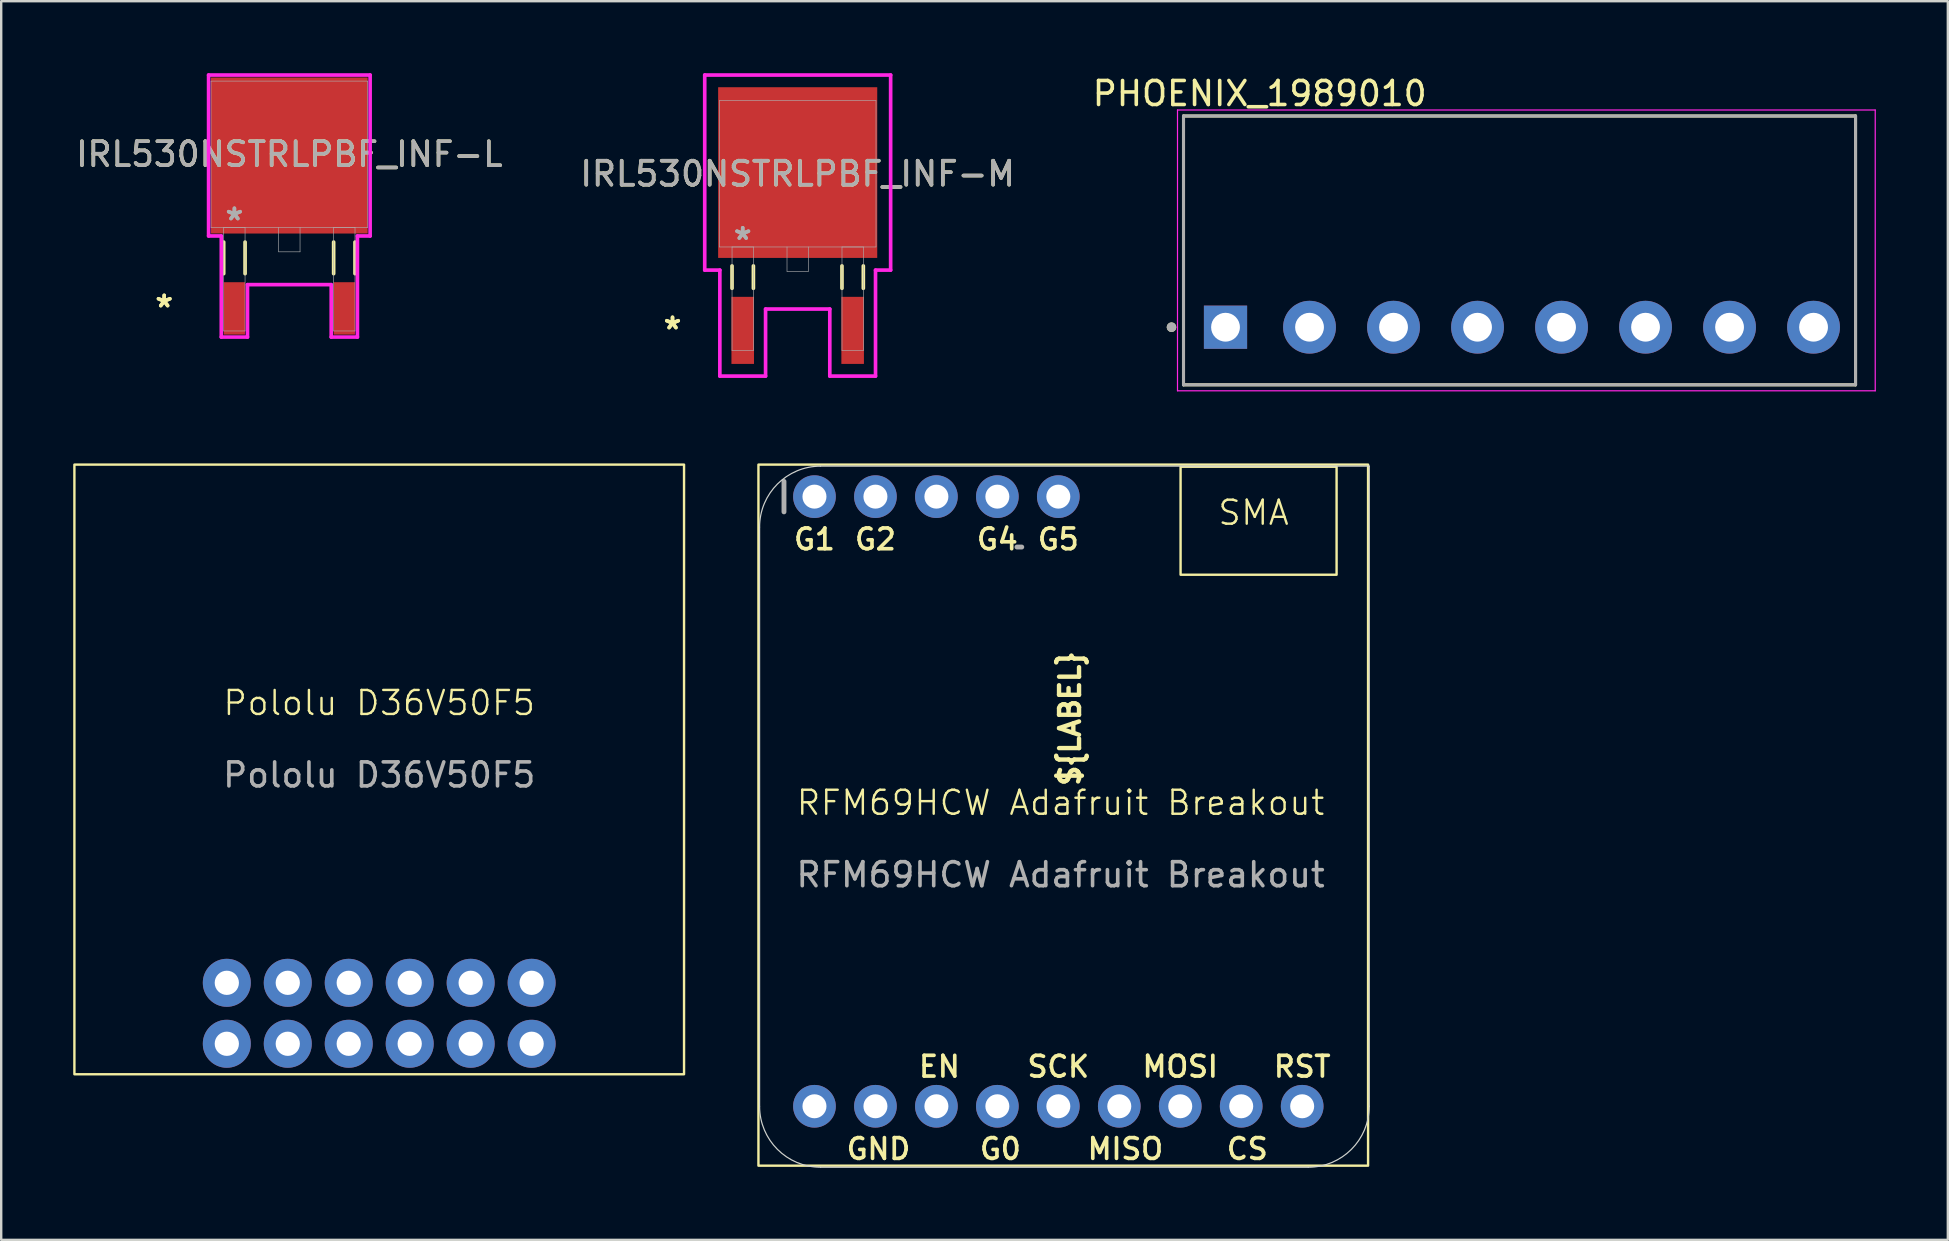
<source format=kicad_pcb>
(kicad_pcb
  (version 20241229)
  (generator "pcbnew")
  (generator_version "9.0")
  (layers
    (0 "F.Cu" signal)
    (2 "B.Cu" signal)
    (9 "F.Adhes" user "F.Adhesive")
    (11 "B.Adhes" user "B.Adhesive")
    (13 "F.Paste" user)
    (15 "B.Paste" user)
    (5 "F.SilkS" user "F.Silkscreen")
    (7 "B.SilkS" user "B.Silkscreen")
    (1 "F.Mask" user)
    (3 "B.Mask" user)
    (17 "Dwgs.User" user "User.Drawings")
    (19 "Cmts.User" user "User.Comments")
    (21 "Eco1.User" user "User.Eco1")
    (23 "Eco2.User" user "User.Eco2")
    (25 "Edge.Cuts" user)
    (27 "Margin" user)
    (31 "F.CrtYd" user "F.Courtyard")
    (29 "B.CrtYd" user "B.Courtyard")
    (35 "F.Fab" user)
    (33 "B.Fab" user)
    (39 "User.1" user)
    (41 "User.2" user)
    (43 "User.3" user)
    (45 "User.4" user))
  (footprint "PHOENIX_1989010"
    (layer "F.Cu")
    (at 46.26 12.983)
    (property "Reference" "PHOENIX_1989010" (at 3.175 -12.135 0) (layer "F.SilkS") (effects (font (size 1 1) (thickness 0.15))))
    (attr through_hole)
    (fp_line (start 0 -11.2) (end 0 0) (stroke (width 0.127) (type solid)) (layer "F.SilkS"))
    (fp_line (start 0 0) (end 28 0) (stroke (width 0.127) (type solid)) (layer "F.SilkS"))
    (fp_line (start 28 -11.2) (end 0 -11.2) (stroke (width 0.127) (type solid)) (layer "F.SilkS"))
    (fp_line (start 28 0) (end 28 -11.2) (stroke (width 0.127) (type solid)) (layer "F.SilkS"))
    (fp_circle (center -0.5 -2.4) (end -0.4 -2.4) (stroke (width 0.2) (type solid)) (fill no) (layer "F.SilkS"))
    (fp_line (start -0.25 -11.45) (end 28.82 -11.45) (stroke (width 0.05) (type solid)) (layer "F.CrtYd"))
    (fp_line (start -0.25 0.25) (end -0.25 -11.45) (stroke (width 0.05) (type solid)) (layer "F.CrtYd"))
    (fp_line (start 28.82 -11.45) (end 28.82 0.25) (stroke (width 0.05) (type solid)) (layer "F.CrtYd"))
    (fp_line (start 28.82 0.25) (end -0.25 0.25) (stroke (width 0.05) (type solid)) (layer "F.CrtYd"))
    (fp_line (start 0 -11.2) (end 0 0) (stroke (width 0.127) (type solid)) (layer "F.Fab"))
    (fp_line (start 0 0) (end 28 0) (stroke (width 0.127) (type solid)) (layer "F.Fab"))
    (fp_line (start 28 -11.2) (end 0 -11.2) (stroke (width 0.127) (type solid)) (layer "F.Fab"))
    (fp_line (start 28 0) (end 28 -11.2) (stroke (width 0.127) (type solid)) (layer "F.Fab"))
    (fp_circle (center -0.5 -2.4) (end -0.4 -2.4) (stroke (width 0.2) (type solid)) (fill no) (layer "F.Fab"))
    (pad "1" thru_hole rect (at 1.75 -2.4) (size 1.8 1.8) (drill 1.2) (layers "*.Cu" "*.Mask"))
    (pad "2" thru_hole circle (at 5.25 -2.4) (size 2.2 2.2) (drill 1.2) (layers "*.Cu" "*.Mask"))
    (pad "3" thru_hole circle (at 8.75 -2.4) (size 2.2 2.2) (drill 1.2) (layers "*.Cu" "*.Mask"))
    (pad "4" thru_hole circle (at 12.25 -2.4) (size 2.2 2.2) (drill 1.2) (layers "*.Cu" "*.Mask"))
    (pad "5" thru_hole circle (at 15.75 -2.4) (size 2.2 2.2) (drill 1.2) (layers "*.Cu" "*.Mask"))
    (pad "6" thru_hole circle (at 19.25 -2.4) (size 2.2 2.2) (drill 1.2) (layers "*.Cu" "*.Mask"))
    (pad "7" thru_hole circle (at 22.75 -2.4) (size 2.2 2.2) (drill 1.2) (layers "*.Cu" "*.Mask"))
    (pad "8" thru_hole circle (at 26.25 -2.4) (size 2.2 2.2) (drill 1.2) (layers "*.Cu" "*.Mask")))
  (footprint "IRL530NSTRLPBF_INF-M"
    (layer "F.Cu")
    (at 30.185 4.191)
    (property "Reference" "IRL530NSTRLPBF_INF-M" (at 0 0 0) (unlocked yes) (layer "F.SilkS") (effects (font (size 1 1) (thickness 0.15))))
    (attr smd)
    (fp_line (start -2.735 3.838) (end -2.735 4.771) (stroke (width 0.152) (type solid)) (layer "F.SilkS"))
    (fp_line (start -1.845 3.838) (end -1.845 4.771) (stroke (width 0.152) (type solid)) (layer "F.SilkS"))
    (fp_line (start 1.845 3.838) (end 1.845 4.771) (stroke (width 0.152) (type solid)) (layer "F.SilkS"))
    (fp_line (start 2.735 3.838) (end 2.735 4.771) (stroke (width 0.152) (type solid)) (layer "F.SilkS"))
    (fp_line (start -3.873 -4.115) (end 3.873 -4.115) (stroke (width 0.152) (type solid)) (layer "F.CrtYd"))
    (fp_line (start -3.873 4.013) (end -3.873 -4.115) (stroke (width 0.152) (type solid)) (layer "F.CrtYd"))
    (fp_line (start -3.243 4.013) (end -3.873 4.013) (stroke (width 0.152) (type solid)) (layer "F.CrtYd"))
    (fp_line (start -3.243 8.429) (end -3.243 4.013) (stroke (width 0.152) (type solid)) (layer "F.CrtYd"))
    (fp_line (start -1.338 5.635) (end -1.338 8.429) (stroke (width 0.152) (type solid)) (layer "F.CrtYd"))
    (fp_line (start -1.338 8.429) (end -3.243 8.429) (stroke (width 0.152) (type solid)) (layer "F.CrtYd"))
    (fp_line (start 1.338 5.635) (end -1.338 5.635) (stroke (width 0.152) (type solid)) (layer "F.CrtYd"))
    (fp_line (start 1.338 8.429) (end 1.338 5.635) (stroke (width 0.152) (type solid)) (layer "F.CrtYd"))
    (fp_line (start 3.243 4.013) (end 3.243 8.429) (stroke (width 0.152) (type solid)) (layer "F.CrtYd"))
    (fp_line (start 3.243 8.429) (end 1.338 8.429) (stroke (width 0.152) (type solid)) (layer "F.CrtYd"))
    (fp_line (start 3.873 -4.115) (end 3.873 4.013) (stroke (width 0.152) (type solid)) (layer "F.CrtYd"))
    (fp_line (start 3.873 4.013) (end 3.243 4.013) (stroke (width 0.152) (type solid)) (layer "F.CrtYd"))
    (fp_line (start -3.264 -3.048) (end -3.264 3.048) (stroke (width 0.025) (type solid)) (layer "F.Fab"))
    (fp_line (start -3.264 3.048) (end 3.264 3.048) (stroke (width 0.025) (type solid)) (layer "F.Fab"))
    (fp_line (start -2.735 3.048) (end -2.735 7.362) (stroke (width 0.025) (type solid)) (layer "F.Fab"))
    (fp_line (start -2.735 7.362) (end -1.846 7.362) (stroke (width 0.025) (type solid)) (layer "F.Fab"))
    (fp_line (start -1.846 3.048) (end -2.735 3.048) (stroke (width 0.025) (type solid)) (layer "F.Fab"))
    (fp_line (start -1.846 7.362) (end -1.846 3.048) (stroke (width 0.025) (type solid)) (layer "F.Fab"))
    (fp_line (start -0.445 3.048) (end -0.445 4.064) (stroke (width 0.025) (type solid)) (layer "F.Fab"))
    (fp_line (start -0.445 4.064) (end 0.445 4.064) (stroke (width 0.025) (type solid)) (layer "F.Fab"))
    (fp_line (start 0.445 4.064) (end 0.445 3.048) (stroke (width 0.025) (type solid)) (layer "F.Fab"))
    (fp_line (start 1.846 3.048) (end 1.846 7.362) (stroke (width 0.025) (type solid)) (layer "F.Fab"))
    (fp_line (start 1.846 7.362) (end 2.735 7.362) (stroke (width 0.025) (type solid)) (layer "F.Fab"))
    (fp_line (start 2.735 3.048) (end 1.846 3.048) (stroke (width 0.025) (type solid)) (layer "F.Fab"))
    (fp_line (start 2.735 7.362) (end 2.735 3.048) (stroke (width 0.025) (type solid)) (layer "F.Fab"))
    (fp_line (start 3.264 -3.048) (end -3.264 -3.048) (stroke (width 0.025) (type solid)) (layer "F.Fab"))
    (fp_line (start 3.264 3.048) (end 3.264 -3.048) (stroke (width 0.025) (type solid)) (layer "F.Fab"))
    (fp_text user "*" (at -5.215 6.524 0) (layer "F.SilkS") (effects (font (size 1 1) (thickness 0.15))))
    (fp_text user "*" (at -5.215 6.524 0) (unlocked yes) (layer "F.SilkS") (effects (font (size 1 1) (thickness 0.15))))
    (fp_text user "*" (at -2.29 2.794 0) (layer "F.Fab") (effects (font (size 1 1) (thickness 0.15))))
    (fp_text user "${REFERENCE}" (at 0 0 0) (unlocked yes) (layer "F.Fab") (effects (font (size 1 1) (thickness 0.15))))
    (fp_text user "*" (at -2.29 2.794 0) (unlocked yes) (layer "F.Fab") (effects (font (size 1 1) (thickness 0.15))))
    (pad "1" smd rect (at -2.29 6.524) (size 0.94 2.794) (layers "F.Cu" "F.Mask" "F.Paste"))
    (pad "2" smd rect (at 0 -0.051) (size 6.629 7.112) (layers "F.Cu" "F.Mask" "F.Paste"))
    (pad "3" smd rect (at 2.29 6.524) (size 0.94 2.794) (layers "F.Cu" "F.Mask" "F.Paste")))
  (footprint "RFM69HCW Adafruit Breakout"
    (layer "F.Cu")
    (at 41.138 30.896)
    (property "Reference" "RFM69HCW Adafruit Breakout" (at 0 -0.5 0) (unlocked yes) (layer "F.SilkS") (effects (font (size 1 1) (thickness 0.1))))
    (attr through_hole)
    (fp_rect (start -12.588 14.622) (end 12.812 -14.588) (stroke (width 0.1) (type default)) (fill no) (layer "F.SilkS"))
    (fp_rect (start 5 -14.5) (end 11.5 -10) (stroke (width 0.1) (type default)) (fill no) (layer "F.SilkS"))
    (fp_line (start -12.54 12.146) (end -12.54 -11.984) (stroke (width 0.05) (type solid)) (layer "Edge.Cuts"))
    (fp_line (start -10 -14.524) (end 12.86 -14.524) (stroke (width 0.05) (type solid)) (layer "Edge.Cuts"))
    (fp_line (start 10.32 14.686) (end -10 14.686) (stroke (width 0.05) (type solid)) (layer "Edge.Cuts"))
    (fp_line (start 12.86 -14.524) (end 12.86 12.146) (stroke (width 0.05) (type solid)) (layer "Edge.Cuts"))
    (fp_arc (start -12.54 -11.984) (mid -11.796051 -13.780051) (end -10 -14.524) (stroke (width 0.05) (type solid)) (layer "Edge.Cuts"))
    (fp_arc (start -10 14.686) (mid -11.796051 13.942051) (end -12.54 12.146) (stroke (width 0.05) (type solid)) (layer "Edge.Cuts"))
    (fp_arc (start 12.86 12.146) (mid 12.116051 13.942051) (end 10.32 14.686) (stroke (width 0.05) (type solid)) (layer "Edge.Cuts"))
    (fp_line (start -11.524 -13.889) (end -11.524 -12.619) (stroke (width 0.203) (type solid)) (layer "F.Fab"))
    (fp_line (start -1.617 -11.154) (end -1.817 -11.154) (stroke (width 0.203) (type solid)) (layer "F.Fab"))
    (fp_poly (pts (xy -10.508 -13) (xy -10 -13) (xy -10 -13.508) (xy -10.508 -13.508)) (stroke (width 0.1) (type default)) (fill no) (layer "F.Fab"))
    (fp_poly (pts (xy -10.508 -13) (xy -10 -13) (xy -10 -13.508) (xy -10.508 -13.508)) (stroke (width 0.1) (type default)) (fill no) (layer "F.Fab"))
    (fp_poly (pts (xy -7.968 -13) (xy -7.46 -13) (xy -7.46 -13.508) (xy -7.968 -13.508)) (stroke (width 0.1) (type default)) (fill no) (layer "F.Fab"))
    (fp_poly (pts (xy -7.968 -13) (xy -7.46 -13) (xy -7.46 -13.508) (xy -7.968 -13.508)) (stroke (width 0.1) (type default)) (fill no) (layer "F.Fab"))
    (fp_poly (pts (xy -5.428 -13) (xy -4.92 -13) (xy -4.92 -13.508) (xy -5.428 -13.508)) (stroke (width 0.1) (type default)) (fill no) (layer "F.Fab"))
    (fp_poly (pts (xy -5.428 -13) (xy -4.92 -13) (xy -4.92 -13.508) (xy -5.428 -13.508)) (stroke (width 0.1) (type default)) (fill no) (layer "F.Fab"))
    (fp_poly (pts (xy -5.428 -13) (xy -4.92 -13) (xy -4.92 -13.508) (xy -5.428 -13.508)) (stroke (width 0.1) (type default)) (fill no) (layer "F.Fab"))
    (fp_poly (pts (xy -2.888 -13) (xy -2.38 -13) (xy -2.38 -13.508) (xy -2.888 -13.508)) (stroke (width 0.1) (type default)) (fill no) (layer "F.Fab"))
    (fp_poly (pts (xy -2.888 -13) (xy -2.38 -13) (xy -2.38 -13.508) (xy -2.888 -13.508)) (stroke (width 0.1) (type default)) (fill no) (layer "F.Fab"))
    (fp_poly (pts (xy -0.348 -13) (xy 0.16 -13) (xy 0.16 -13.508) (xy -0.348 -13.508)) (stroke (width 0.1) (type default)) (fill no) (layer "F.Fab"))
    (fp_poly (pts (xy -0.348 -13) (xy 0.16 -13) (xy 0.16 -13.508) (xy -0.348 -13.508)) (stroke (width 0.1) (type default)) (fill no) (layer "F.Fab"))
    (fp_text user "EN" (at -5.047 10.495 0) (unlocked yes) (layer "F.SilkS") (effects (font (size 0.864 0.864) (thickness 0.152))))
    (fp_text user "SMA" (at 6.5 -12 0) (unlocked yes) (layer "F.SilkS") (effects (font (size 1 1) (thickness 0.1)) (justify left bottom)))
    (fp_text user "RST" (at 10.066 10.495 0) (unlocked yes) (layer "F.SilkS") (effects (font (size 0.864 0.864) (thickness 0.152))))
    (fp_text user "G0" (at -2.507 13.924 0) (unlocked yes) (layer "F.SilkS") (effects (font (size 0.864 0.864) (thickness 0.152))))
    (fp_text user "CS" (at 7.78 13.924 0) (unlocked yes) (layer "F.SilkS") (effects (font (size 0.864 0.864) (thickness 0.152))))
    (fp_text user "G5" (at -0.094 -11.476 0) (unlocked yes) (layer "F.SilkS") (effects (font (size 0.864 0.864) (thickness 0.152))))
    (fp_text user "G2" (at -7.714 -11.476 0) (unlocked yes) (layer "F.SilkS") (effects (font (size 0.864 0.864) (thickness 0.152))))
    (fp_text user "G4" (at -2.634 -11.476 0) (unlocked yes) (layer "F.SilkS") (effects (font (size 0.864 0.864) (thickness 0.152))))
    (fp_text user "G1" (at -10.254 -11.476 0) (unlocked yes) (layer "F.SilkS") (effects (font (size 0.864 0.864) (thickness 0.152))))
    (fp_text user "${LABEL}" (at -0.094 -6.904 90) (unlocked yes) (layer "F.SilkS") (effects (font (size 0.833 0.833) (thickness 0.183)) (justify right top)))
    (fp_text user "MOSI" (at 4.986 10.495 0) (unlocked yes) (layer "F.SilkS") (effects (font (size 0.864 0.864) (thickness 0.152))))
    (fp_text user "GND" (at -7.587 13.924 0) (unlocked yes) (layer "F.SilkS") (effects (font (size 0.864 0.864) (thickness 0.152))))
    (fp_text user "SCK" (at -0.094 10.495 0) (unlocked yes) (layer "F.SilkS") (effects (font (size 0.864 0.864) (thickness 0.152))))
    (fp_text user "MISO" (at 2.7 13.924 0) (unlocked yes) (layer "F.SilkS") (effects (font (size 0.864 0.864) (thickness 0.152))))
    (fp_text user "${REFERENCE}" (at 0 2.5 0) (unlocked yes) (layer "F.Fab") (effects (font (size 1 1) (thickness 0.15))))
    (pad "1" thru_hole circle (at -10.254 12.146 90) (size 1.778 1.778) (drill 1) (layers "*.Cu" "*.Mask"))
    (pad "2" thru_hole circle (at -7.714 12.146 90) (size 1.778 1.778) (drill 1) (layers "*.Cu" "*.Mask"))
    (pad "3" thru_hole circle (at -5.174 12.146 90) (size 1.778 1.778) (drill 1) (layers "*.Cu" "*.Mask"))
    (pad "4" thru_hole circle (at -2.634 12.146 90) (size 1.778 1.778) (drill 1) (layers "*.Cu" "*.Mask"))
    (pad "5" thru_hole circle (at -0.094 12.146 90) (size 1.778 1.778) (drill 1) (layers "*.Cu" "*.Mask"))
    (pad "6" thru_hole circle (at 2.446 12.146 90) (size 1.778 1.778) (drill 1) (layers "*.Cu" "*.Mask"))
    (pad "7" thru_hole circle (at 4.986 12.146 90) (size 1.778 1.778) (drill 1) (layers "*.Cu" "*.Mask"))
    (pad "8" thru_hole circle (at 7.526 12.146 90) (size 1.778 1.778) (drill 1) (layers "*.Cu" "*.Mask"))
    (pad "9" thru_hole circle (at 10.066 12.146 90) (size 1.778 1.778) (drill 1) (layers "*.Cu" "*.Mask"))
    (pad "10" thru_hole circle (at -10.254 -13.254 90) (size 1.778 1.778) (drill 1) (layers "*.Cu" "*.Mask"))
    (pad "11" thru_hole circle (at -7.714 -13.254 90) (size 1.778 1.778) (drill 1) (layers "*.Cu" "*.Mask"))
    (pad "12" thru_hole circle (at -5.174 -13.254 90) (size 1.778 1.778) (drill 1) (layers "*.Cu" "*.Mask"))
    (pad "13" thru_hole circle (at -2.634 -13.254 90) (size 1.778 1.778) (drill 1) (layers "*.Cu" "*.Mask"))
    (pad "14" thru_hole circle (at -0.094 -13.254 90) (size 1.778 1.778) (drill 1) (layers "*.Cu" "*.Mask")))
  (footprint "IRL530NSTRLPBF_INF-L"
    (layer "F.Cu")
    (at 9.006 3.378)
    (property "Reference" "IRL530NSTRLPBF_INF-L" (at 0 0 0) (unlocked yes) (layer "F.SilkS") (effects (font (size 1 1) (thickness 0.15))))
    (attr smd)
    (fp_line (start -2.735 3.658) (end -2.735 4.974) (stroke (width 0.152) (type solid)) (layer "F.SilkS"))
    (fp_line (start -1.845 3.658) (end -1.845 4.974) (stroke (width 0.152) (type solid)) (layer "F.SilkS"))
    (fp_line (start 1.845 3.658) (end 1.845 4.974) (stroke (width 0.152) (type solid)) (layer "F.SilkS"))
    (fp_line (start 2.735 3.658) (end 2.735 4.974) (stroke (width 0.152) (type solid)) (layer "F.SilkS"))
    (fp_line (start -3.365 -3.302) (end 3.365 -3.302) (stroke (width 0.152) (type solid)) (layer "F.CrtYd"))
    (fp_line (start -3.365 3.404) (end -3.365 -3.302) (stroke (width 0.152) (type solid)) (layer "F.CrtYd"))
    (fp_line (start -2.836 3.404) (end -3.365 3.404) (stroke (width 0.152) (type solid)) (layer "F.CrtYd"))
    (fp_line (start -2.836 7.616) (end -2.836 3.404) (stroke (width 0.152) (type solid)) (layer "F.CrtYd"))
    (fp_line (start -1.744 5.432) (end -1.744 7.616) (stroke (width 0.152) (type solid)) (layer "F.CrtYd"))
    (fp_line (start -1.744 7.616) (end -2.836 7.616) (stroke (width 0.152) (type solid)) (layer "F.CrtYd"))
    (fp_line (start 1.744 5.432) (end -1.744 5.432) (stroke (width 0.152) (type solid)) (layer "F.CrtYd"))
    (fp_line (start 1.744 7.616) (end 1.744 5.432) (stroke (width 0.152) (type solid)) (layer "F.CrtYd"))
    (fp_line (start 2.836 3.404) (end 2.836 7.616) (stroke (width 0.152) (type solid)) (layer "F.CrtYd"))
    (fp_line (start 2.836 7.616) (end 1.744 7.616) (stroke (width 0.152) (type solid)) (layer "F.CrtYd"))
    (fp_line (start 3.365 -3.302) (end 3.365 3.404) (stroke (width 0.152) (type solid)) (layer "F.CrtYd"))
    (fp_line (start 3.365 3.404) (end 2.836 3.404) (stroke (width 0.152) (type solid)) (layer "F.CrtYd"))
    (fp_line (start -3.264 -3.048) (end -3.264 3.048) (stroke (width 0.025) (type solid)) (layer "F.Fab"))
    (fp_line (start -3.264 3.048) (end 3.264 3.048) (stroke (width 0.025) (type solid)) (layer "F.Fab"))
    (fp_line (start -2.735 3.048) (end -2.735 7.362) (stroke (width 0.025) (type solid)) (layer "F.Fab"))
    (fp_line (start -2.735 7.362) (end -1.846 7.362) (stroke (width 0.025) (type solid)) (layer "F.Fab"))
    (fp_line (start -1.846 3.048) (end -2.735 3.048) (stroke (width 0.025) (type solid)) (layer "F.Fab"))
    (fp_line (start -1.846 7.362) (end -1.846 3.048) (stroke (width 0.025) (type solid)) (layer "F.Fab"))
    (fp_line (start -0.445 3.048) (end -0.445 4.064) (stroke (width 0.025) (type solid)) (layer "F.Fab"))
    (fp_line (start -0.445 4.064) (end 0.445 4.064) (stroke (width 0.025) (type solid)) (layer "F.Fab"))
    (fp_line (start 0.445 4.064) (end 0.445 3.048) (stroke (width 0.025) (type solid)) (layer "F.Fab"))
    (fp_line (start 1.846 3.048) (end 1.846 7.362) (stroke (width 0.025) (type solid)) (layer "F.Fab"))
    (fp_line (start 1.846 7.362) (end 2.735 7.362) (stroke (width 0.025) (type solid)) (layer "F.Fab"))
    (fp_line (start 2.735 3.048) (end 1.846 3.048) (stroke (width 0.025) (type solid)) (layer "F.Fab"))
    (fp_line (start 2.735 7.362) (end 2.735 3.048) (stroke (width 0.025) (type solid)) (layer "F.Fab"))
    (fp_line (start 3.264 -3.048) (end -3.264 -3.048) (stroke (width 0.025) (type solid)) (layer "F.Fab"))
    (fp_line (start 3.264 3.048) (end 3.264 -3.048) (stroke (width 0.025) (type solid)) (layer "F.Fab"))
    (fp_text user "*" (at -5.215 6.422 0) (layer "F.SilkS") (effects (font (size 1 1) (thickness 0.15))))
    (fp_text user "*" (at -5.215 6.422 0) (unlocked yes) (layer "F.SilkS") (effects (font (size 1 1) (thickness 0.15))))
    (fp_text user "*" (at -2.29 2.794 0) (unlocked yes) (layer "F.Fab") (effects (font (size 1 1) (thickness 0.15))))
    (fp_text user "${REFERENCE}" (at 0 0 0) (unlocked yes) (layer "F.Fab") (effects (font (size 1 1) (thickness 0.15))))
    (fp_text user "*" (at -2.29 2.794 0) (layer "F.Fab") (effects (font (size 1 1) (thickness 0.15))))
    (pad "1" smd rect (at -2.29 6.422) (size 0.889 2.184) (layers "F.Cu" "F.Mask" "F.Paste"))
    (pad "2" smd rect (at 0 0.051) (size 6.528 6.502) (layers "F.Cu" "F.Mask" "F.Paste"))
    (pad "3" smd rect (at 2.29 6.422) (size 0.889 2.184) (layers "F.Cu" "F.Mask" "F.Paste")))
  (footprint "Pololu D36V50F5"
    (layer "F.Cu")
    (at 12.75 39.168)
    (property "Reference" "Pololu D36V50F5" (at 0 -12.93 0) (unlocked yes) (layer "F.SilkS") (effects (font (size 1 1) (thickness 0.1))))
    (attr through_hole)
    (fp_rect (start -12.7 -22.86) (end 12.7 2.54) (stroke (width 0.1) (type default)) (fill no) (layer "F.SilkS"))
    (fp_text user "${REFERENCE}" (at 0 -9.93 0) (unlocked yes) (layer "F.Fab") (effects (font (size 1 1) (thickness 0.15))))
    (pad "1" thru_hole circle (at -6.35 1.27) (size 2 2) (drill 1.01) (layers "*.Cu" "*.Mask"))
    (pad "2" thru_hole circle (at -3.81 1.27) (size 2 2) (drill 1.01) (layers "*.Cu" "*.Mask"))
    (pad "3" thru_hole circle (at -1.27 1.27) (size 2 2) (drill 1.01) (layers "*.Cu" "*.Mask"))
    (pad "4" thru_hole circle (at 1.27 1.27) (size 2 2) (drill 1.01) (layers "*.Cu" "*.Mask"))
    (pad "5" thru_hole circle (at 3.81 1.27) (size 2 2) (drill 1.01) (layers "*.Cu" "*.Mask"))
    (pad "6" thru_hole circle (at 6.35 1.27) (size 2 2) (drill 1.01) (layers "*.Cu" "*.Mask"))
    (pad "7" thru_hole circle (at 6.35 -1.27) (size 2 2) (drill 1.01) (layers "*.Cu" "*.Mask"))
    (pad "8" thru_hole circle (at 3.81 -1.27) (size 2 2) (drill 1.01) (layers "*.Cu" "*.Mask"))
    (pad "9" thru_hole circle (at 1.27 -1.27) (size 2 2) (drill 1.01) (layers "*.Cu" "*.Mask"))
    (pad "10" thru_hole circle (at -1.27 -1.27) (size 2 2) (drill 1.01) (layers "*.Cu" "*.Mask"))
    (pad "11" thru_hole circle (at -3.81 -1.27) (size 2 2) (drill 1.01) (layers "*.Cu" "*.Mask"))
    (pad "12" thru_hole circle (at -6.35 -1.27) (size 2 2) (drill 1.01) (layers "*.Cu" "*.Mask")))
  (gr_rect
    (start -3 -3)
    (end 78.105 48.607)
    (stroke (width 0.1) (type default))
    (fill no)
    (layer "Edge.Cuts")))
</source>
